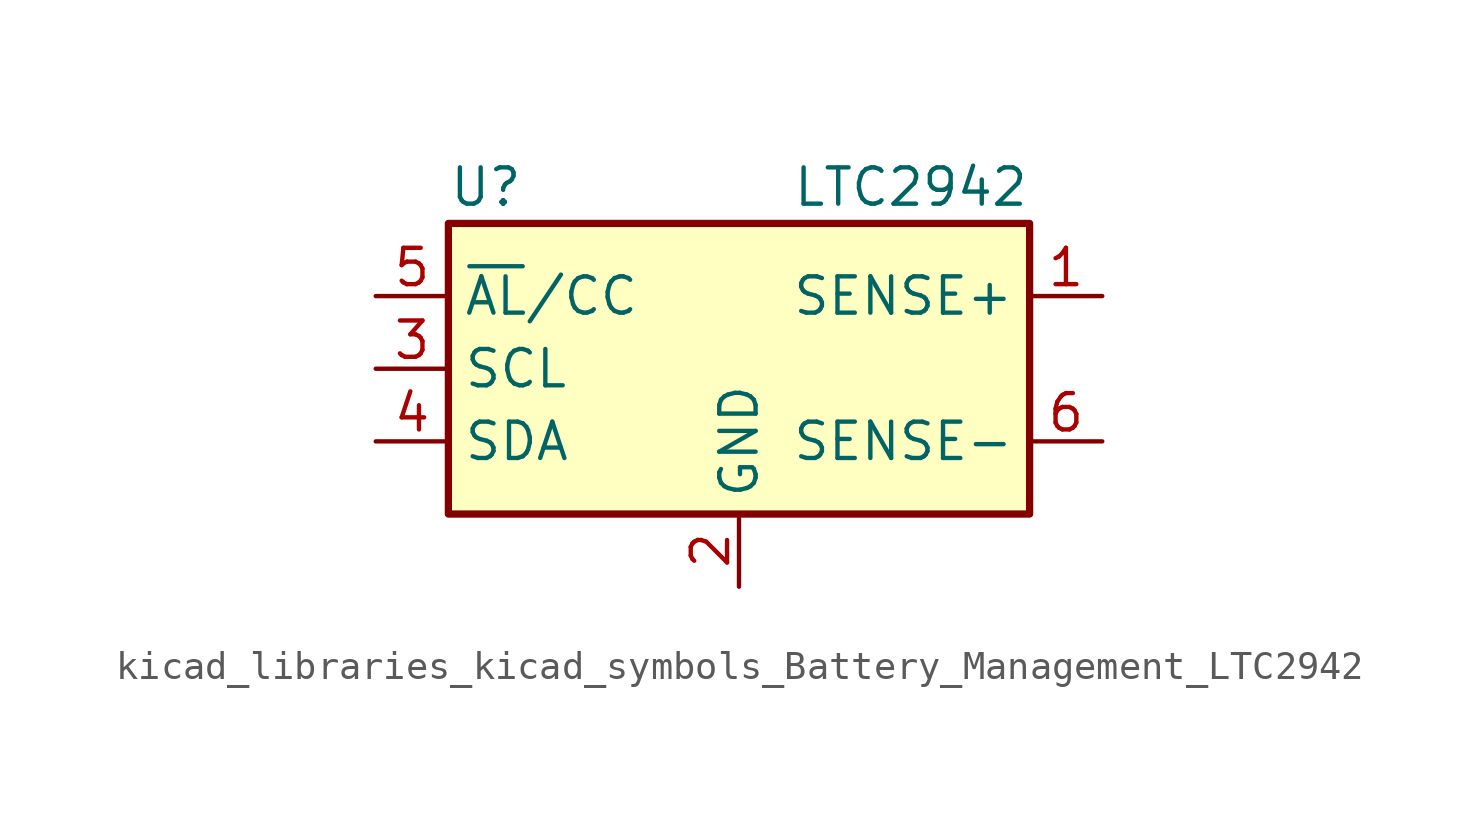
<source format=kicad_sym>
(kicad_symbol_lib
  (version 20220914)
  (generator kicad_symbol_editor)
  (symbol "kicad_libraries_kicad_symbols_Battery_Management_LTC2942"
    (property "Reference" "U"
      (at -10.16 6.35 0)
      (effects (font (size 1.27 1.27)) (justify left)))
    (property "Value" "LTC2942"
      (at 10.16 6.35 0)
      (effects (font (size 1.27 1.27)) (justify right)))
    (symbol "kicad_libraries_kicad_symbols_Battery_Management_LTC2942_0_1"
      (rectangle (start -10.16 5.08) (end 10.16 -5.08) (stroke (width 0.254) (type default)) (fill (type background))))
    (symbol "kicad_libraries_kicad_symbols_Battery_Management_LTC2942_1_1"
      (pin passive line (at 12.7 2.54 180) (length 2.54) (name "SENSE+" (effects (font (size 1.27 1.27)))) (number "1" (effects (font (size 1.27 1.27)))))
      (pin power_in line (at 0 -7.62 90) (length 2.54) (name "GND" (effects (font (size 1.27 1.27)))) (number "2" (effects (font (size 1.27 1.27)))))
      (pin input line (at -12.7 0 0) (length 2.54) (name "SCL" (effects (font (size 1.27 1.27)))) (number "3" (effects (font (size 1.27 1.27)))))
      (pin bidirectional line (at -12.7 -2.54 0) (length 2.54) (name "SDA" (effects (font (size 1.27 1.27)))) (number "4" (effects (font (size 1.27 1.27)))))
      (pin bidirectional line (at -12.7 2.54 0) (length 2.54) (name "~{AL}/CC" (effects (font (size 1.27 1.27)))) (number "5" (effects (font (size 1.27 1.27)))))
      (pin passive line (at 12.7 -2.54 180) (length 2.54) (name "SENSE-" (effects (font (size 1.27 1.27)))) (number "6" (effects (font (size 1.27 1.27))))))))
</source>
